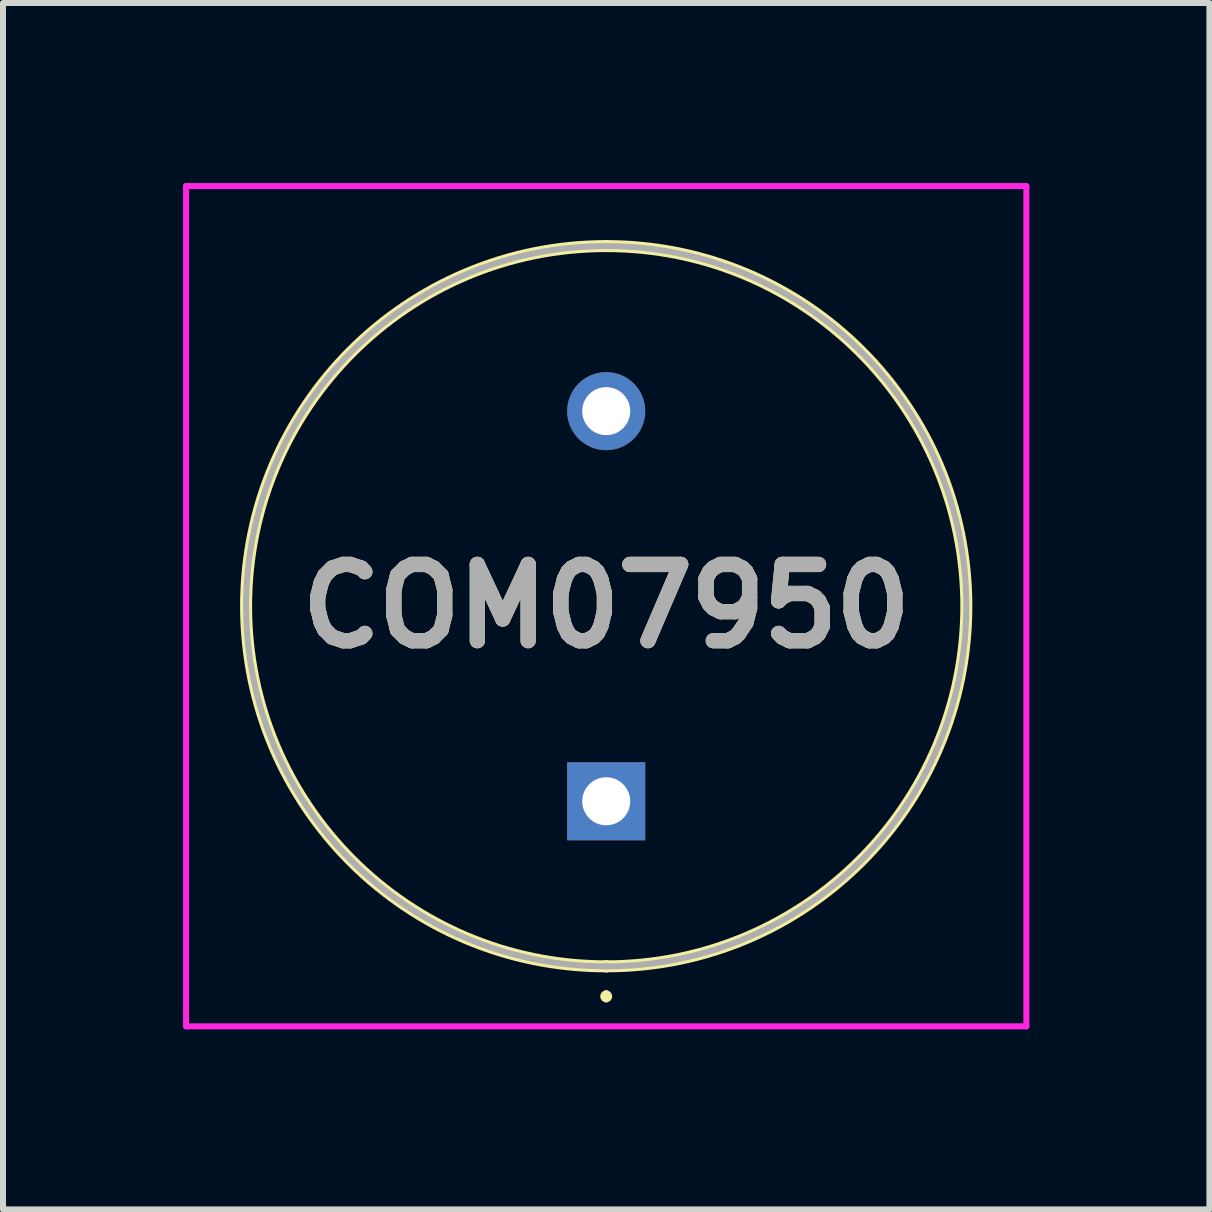
<source format=kicad_pcb>
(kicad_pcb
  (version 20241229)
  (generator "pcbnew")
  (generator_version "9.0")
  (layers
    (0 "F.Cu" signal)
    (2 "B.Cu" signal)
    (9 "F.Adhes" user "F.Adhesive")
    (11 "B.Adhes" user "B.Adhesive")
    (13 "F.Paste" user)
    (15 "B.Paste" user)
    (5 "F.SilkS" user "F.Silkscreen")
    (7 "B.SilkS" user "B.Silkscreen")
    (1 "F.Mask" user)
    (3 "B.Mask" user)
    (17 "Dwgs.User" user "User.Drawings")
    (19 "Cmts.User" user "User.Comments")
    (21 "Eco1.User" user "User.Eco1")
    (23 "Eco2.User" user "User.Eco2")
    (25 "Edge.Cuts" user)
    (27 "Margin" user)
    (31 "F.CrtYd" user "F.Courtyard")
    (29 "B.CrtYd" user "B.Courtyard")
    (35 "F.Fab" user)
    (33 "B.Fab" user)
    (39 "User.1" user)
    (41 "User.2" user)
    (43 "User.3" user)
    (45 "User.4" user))
  (footprint "COM07950"
    (layer "F.Cu")
    (at 7.05 10.3)
    (property "Reference" "COM07950" (at 0 -3.25 0) (layer "F.SilkS") (effects (font (size 1.27 1.27) (thickness 0.254))))
    (attr through_hole)
    (fp_line (start 0 -9.25) (end 0 -9.25) (stroke (width 0.2) (type solid)) (layer "F.SilkS"))
    (fp_line (start 0 2.75) (end 0 2.75) (stroke (width 0.2) (type solid)) (layer "F.SilkS"))
    (fp_line (start 0 3.2) (end 0 3.2) (stroke (width 0.1) (type solid)) (layer "F.SilkS"))
    (fp_line (start 0 3.3) (end 0 3.3) (stroke (width 0.1) (type solid)) (layer "F.SilkS"))
    (fp_arc (start 0 -9.25) (mid 6 -3.25) (end 0 2.75) (stroke (width 0.2) (type solid)) (layer "F.SilkS"))
    (fp_arc (start 0 2.75) (mid -6 -3.25) (end 0 -9.25) (stroke (width 0.2) (type solid)) (layer "F.SilkS"))
    (fp_arc (start 0 3.2) (mid 0.05 3.25) (end 0 3.3) (stroke (width 0.1) (type solid)) (layer "F.SilkS"))
    (fp_arc (start 0 3.3) (mid -0.05 3.25) (end 0 3.2) (stroke (width 0.1) (type solid)) (layer "F.SilkS"))
    (fp_line (start -7 -10.25) (end 7 -10.25) (stroke (width 0.1) (type solid)) (layer "F.CrtYd"))
    (fp_line (start -7 3.75) (end -7 -10.25) (stroke (width 0.1) (type solid)) (layer "F.CrtYd"))
    (fp_line (start 7 -10.25) (end 7 3.75) (stroke (width 0.1) (type solid)) (layer "F.CrtYd"))
    (fp_line (start 7 3.75) (end -7 3.75) (stroke (width 0.1) (type solid)) (layer "F.CrtYd"))
    (fp_line (start 0 -9.25) (end 0 -9.25) (stroke (width 0.1) (type solid)) (layer "F.Fab"))
    (fp_line (start 0 2.75) (end 0 2.75) (stroke (width 0.1) (type solid)) (layer "F.Fab"))
    (fp_arc (start 0 -9.25) (mid 6 -3.25) (end 0 2.75) (stroke (width 0.1) (type solid)) (layer "F.Fab"))
    (fp_arc (start 0 2.75) (mid -6 -3.25) (end 0 -9.25) (stroke (width 0.1) (type solid)) (layer "F.Fab"))
    (fp_text user "${REFERENCE}" (at 0 -3.25 0) (layer "F.Fab") (effects (font (size 1.27 1.27) (thickness 0.254))))
    (pad "1" thru_hole rect (at 0 0) (size 1.3 1.3) (drill 0.8) (layers "*.Cu" "*.Mask"))
    (pad "2" thru_hole circle (at 0 -6.5) (size 1.3 1.3) (drill 0.8) (layers "*.Cu" "*.Mask")))
  (gr_rect
    (start -3 -3)
    (end 17.1 17.1)
    (stroke (width 0.1) (type default))
    (fill no)
    (layer "Edge.Cuts")))
</source>
